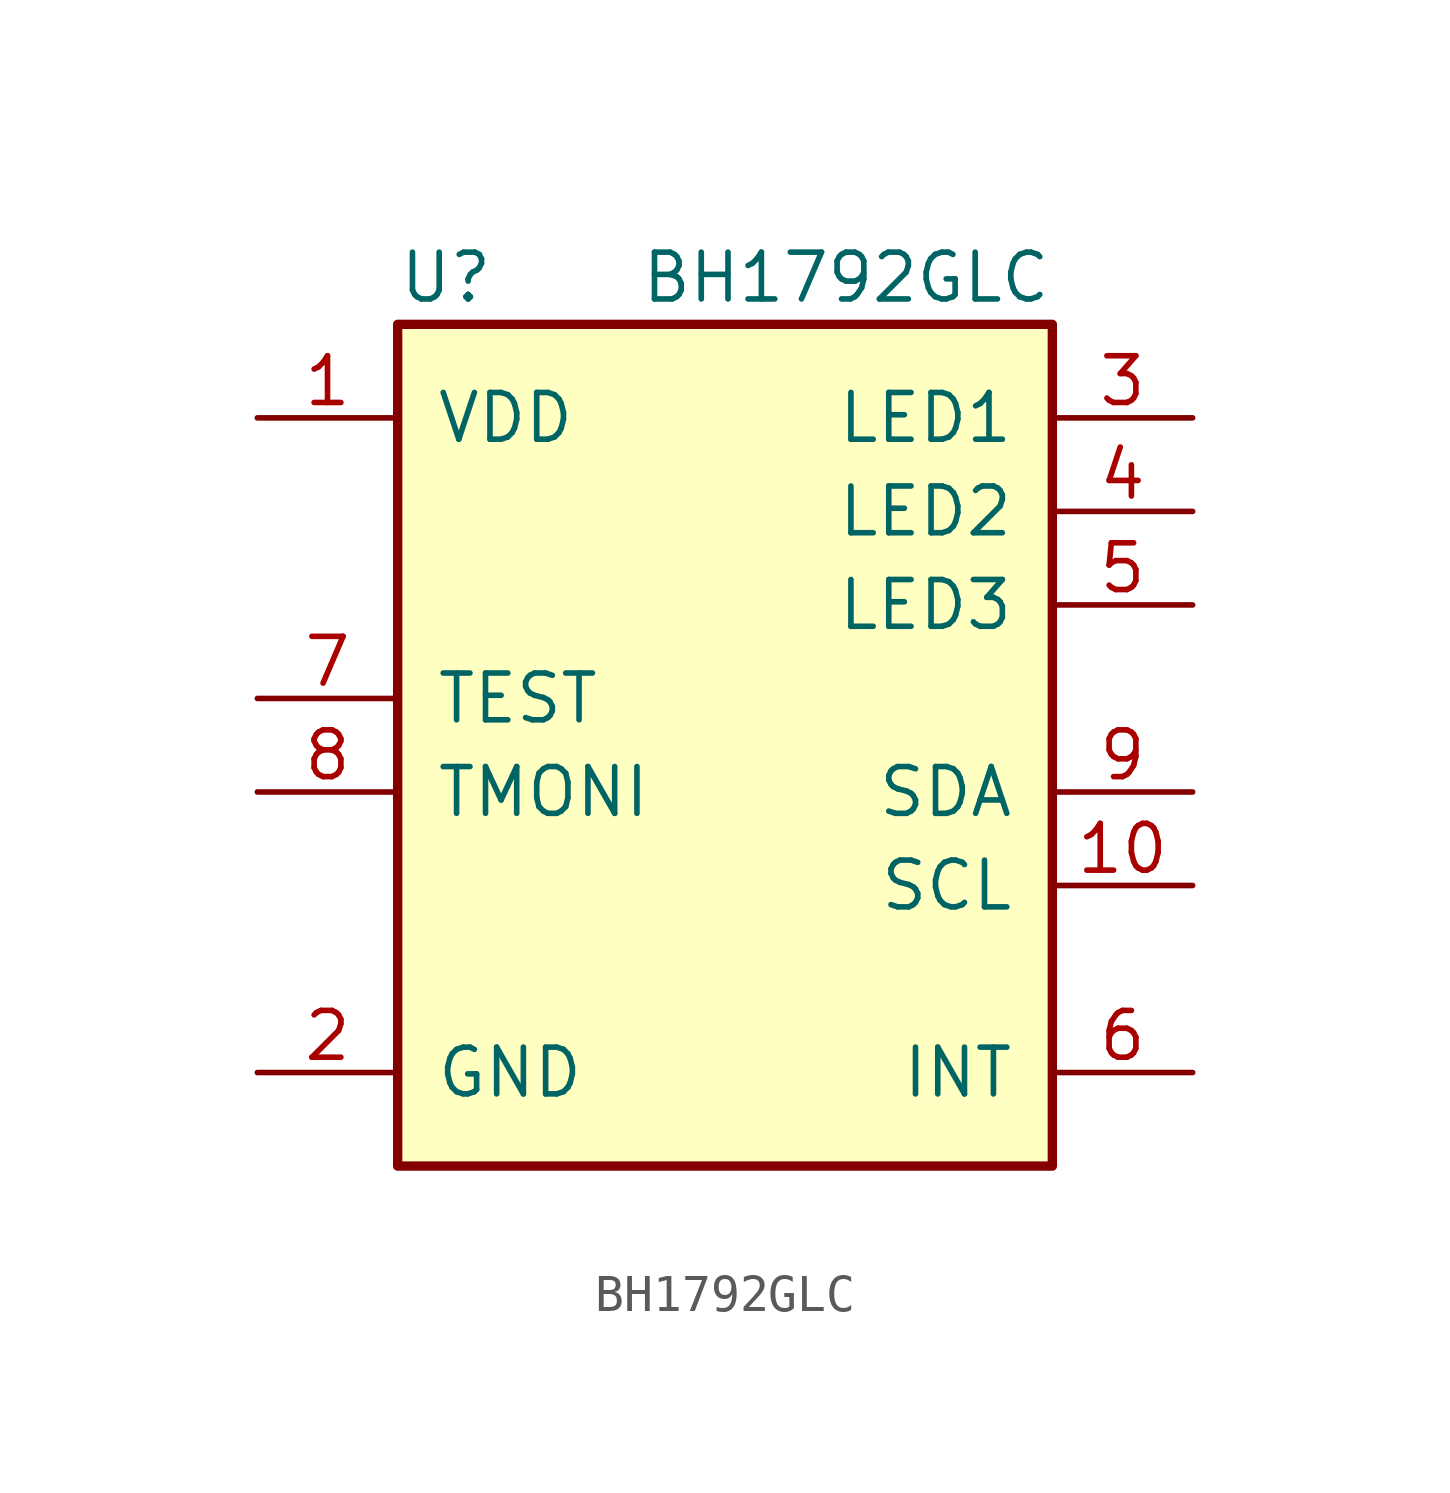
<source format=kicad_sym>
(kicad_symbol_lib
  (version 20211014)
  (generator kicad_symbol_editor)
  (symbol "BH1792GLC"
    (pin_names
      (offset 1.016))
    (property "Reference" "U"
      (at -8.89 11.43 0)
      (effects (font (size 1.27 1.27)) (justify left)))
    (property "Value" "BH1792GLC"
      (at 8.89 11.43 0)
      (effects (font (size 1.27 1.27)) (justify right)))
    (symbol "BH1792GLC_0_1"
      (rectangle (start 8.89 10.16) (end -8.89 -12.7) (stroke (width 0.254) (type default) (color 0 0 0 0)) (fill (type background))))
    (symbol "BH1792GLC_1_1"
      (pin power_in line (at -12.7 7.62 0) (length 3.81) (name "VDD" (effects (font (size 1.27 1.27)))) (number "1" (effects (font (size 1.27 1.27)))))
      (pin input line (at 12.7 -5.08 180) (length 3.81) (name "SCL" (effects (font (size 1.27 1.27)))) (number "10" (effects (font (size 1.27 1.27)))))
      (pin power_in line (at -12.7 -10.16 0) (length 3.81) (name "GND" (effects (font (size 1.27 1.27)))) (number "2" (effects (font (size 1.27 1.27)))))
      (pin output line (at 12.7 7.62 180) (length 3.81) (name "LED1" (effects (font (size 1.27 1.27)))) (number "3" (effects (font (size 1.27 1.27)))))
      (pin output line (at 12.7 5.08 180) (length 3.81) (name "LED2" (effects (font (size 1.27 1.27)))) (number "4" (effects (font (size 1.27 1.27)))))
      (pin output line (at 12.7 2.54 180) (length 3.81) (name "LED3" (effects (font (size 1.27 1.27)))) (number "5" (effects (font (size 1.27 1.27)))))
      (pin open_collector line (at 12.7 -10.16 180) (length 3.81) (name "INT" (effects (font (size 1.27 1.27)))) (number "6" (effects (font (size 1.27 1.27)))))
      (pin passive line (at -12.7 0 0) (length 3.81) (name "TEST" (effects (font (size 1.27 1.27)))) (number "7" (effects (font (size 1.27 1.27)))))
      (pin passive line (at -12.7 -2.54 0) (length 3.81) (name "TMONI" (effects (font (size 1.27 1.27)))) (number "8" (effects (font (size 1.27 1.27)))))
      (pin bidirectional line (at 12.7 -2.54 180) (length 3.81) (name "SDA" (effects (font (size 1.27 1.27)))) (number "9" (effects (font (size 1.27 1.27))))))))
</source>
